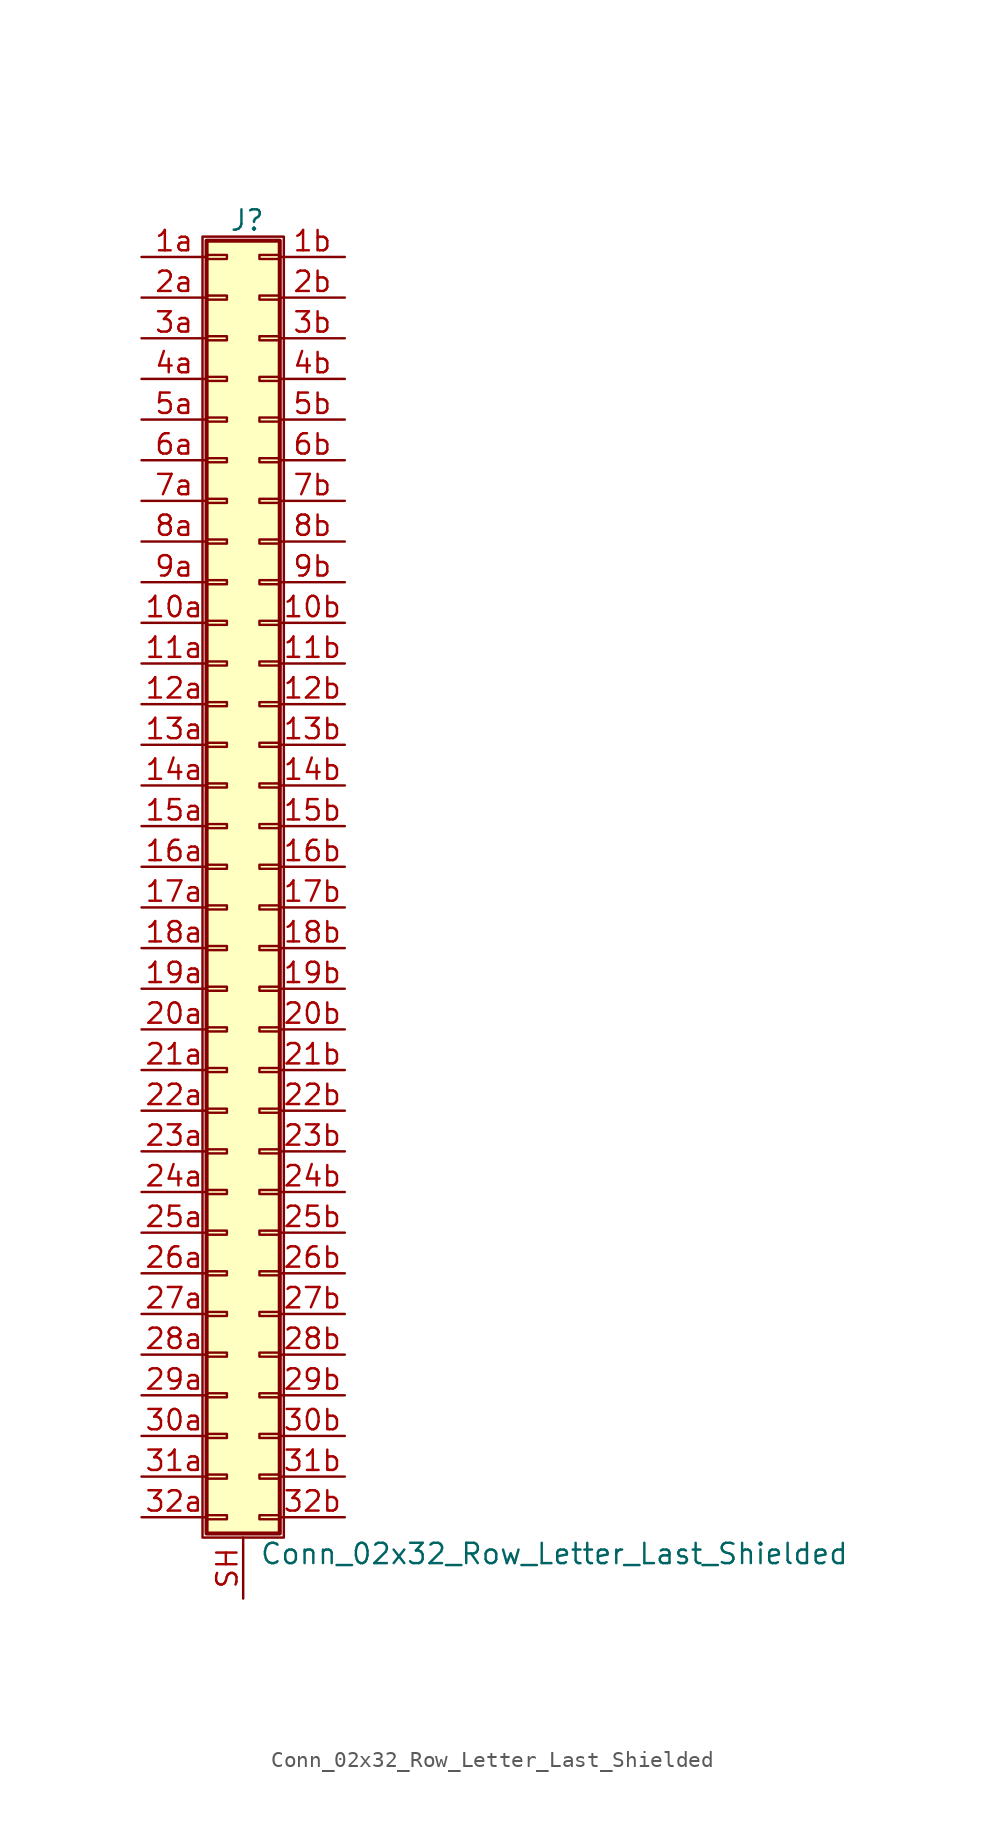
<source format=kicad_sym>
(kicad_symbol_lib
  (version 20201005)
  (generator kicad_symbol_editor)
  (symbol "Connector_Generic_Shielded:Conn_02x32_Row_Letter_Last_Shielded"
    (pin_names
      (offset 1.016) hide)
    (property "Reference" "J"
      (at 1.524 40.386 0)
      (effects (font (size 1.27 1.27))))
    (property "Value" "Conn_02x32_Row_Letter_Last_Shielded"
      (at 2.286 -42.926 0)
      (effects (font (size 1.27 1.27)) (justify left)))
    (symbol "Conn_02x32_Row_Letter_Last_Shielded_1_1"
      (rectangle (start -1.016 -27.813) (end 0.254 -28.067) (stroke (width 0.152)) (fill (type none)))
      (rectangle (start -1.016 -30.353) (end 0.254 -30.607) (stroke (width 0.152)) (fill (type none)))
      (rectangle (start -1.016 -32.893) (end 0.254 -33.147) (stroke (width 0.152)) (fill (type none)))
      (rectangle (start -1.016 -35.433) (end 0.254 -35.687) (stroke (width 0.152)) (fill (type none)))
      (rectangle (start -1.016 -37.973) (end 0.254 -38.227) (stroke (width 0.152)) (fill (type none)))
      (rectangle (start -1.016 -40.513) (end 0.254 -40.767) (stroke (width 0.152)) (fill (type none)))
      (rectangle (start -1.016 -4.953) (end 0.254 -5.207) (stroke (width 0.152)) (fill (type none)))
      (rectangle (start -1.016 -7.493) (end 0.254 -7.747) (stroke (width 0.152)) (fill (type none)))
      (rectangle (start -1.016 -10.033) (end 0.254 -10.287) (stroke (width 0.152)) (fill (type none)))
      (rectangle (start -1.016 -12.573) (end 0.254 -12.827) (stroke (width 0.152)) (fill (type none)))
      (rectangle (start -1.016 -15.113) (end 0.254 -15.367) (stroke (width 0.152)) (fill (type none)))
      (rectangle (start -1.016 -17.653) (end 0.254 -17.907) (stroke (width 0.152)) (fill (type none)))
      (rectangle (start -1.016 -20.193) (end 0.254 -20.447) (stroke (width 0.152)) (fill (type none)))
      (rectangle (start -1.016 -22.733) (end 0.254 -22.987) (stroke (width 0.152)) (fill (type none)))
      (rectangle (start -1.016 -2.413) (end 0.254 -2.667) (stroke (width 0.152)) (fill (type none)))
      (rectangle (start -1.016 -25.273) (end 0.254 -25.527) (stroke (width 0.152)) (fill (type none)))
      (rectangle (start -1.016 25.527) (end 0.254 25.273) (stroke (width 0.152)) (fill (type none)))
      (rectangle (start -1.016 2.667) (end 0.254 2.413) (stroke (width 0.152)) (fill (type none)))
      (rectangle (start -1.016 28.067) (end 0.254 27.813) (stroke (width 0.152)) (fill (type none)))
      (rectangle (start -1.016 30.607) (end 0.254 30.353) (stroke (width 0.152)) (fill (type none)))
      (rectangle (start -1.016 33.147) (end 0.254 32.893) (stroke (width 0.152)) (fill (type none)))
      (rectangle (start -1.016 35.687) (end 0.254 35.433) (stroke (width 0.152)) (fill (type none)))
      (rectangle (start -1.016 38.227) (end 0.254 37.973) (stroke (width 0.152)) (fill (type none)))
      (rectangle (start -1.016 39.116) (end 3.556 -41.656) (stroke (width 0.254)) (fill (type background)))
      (rectangle (start -1.016 5.207) (end 0.254 4.953) (stroke (width 0.152)) (fill (type none)))
      (rectangle (start -1.016 7.747) (end 0.254 7.493) (stroke (width 0.152)) (fill (type none)))
      (rectangle (start -1.016 10.287) (end 0.254 10.033) (stroke (width 0.152)) (fill (type none)))
      (rectangle (start -1.016 0.127) (end 0.254 -0.127) (stroke (width 0.152)) (fill (type none)))
      (rectangle (start -1.016 12.827) (end 0.254 12.573) (stroke (width 0.152)) (fill (type none)))
      (rectangle (start -1.016 15.367) (end 0.254 15.113) (stroke (width 0.152)) (fill (type none)))
      (rectangle (start -1.016 17.907) (end 0.254 17.653) (stroke (width 0.152)) (fill (type none)))
      (rectangle (start -1.016 20.447) (end 0.254 20.193) (stroke (width 0.152)) (fill (type none)))
      (rectangle (start -1.016 22.987) (end 0.254 22.733) (stroke (width 0.152)) (fill (type none)))
      (rectangle (start -1.27 39.37) (end 3.81 -41.91) (stroke (width 0.152)) (fill (type none)))
      (rectangle (start 3.556 -27.813) (end 2.286 -28.067) (stroke (width 0.152)) (fill (type none)))
      (rectangle (start 3.556 -30.353) (end 2.286 -30.607) (stroke (width 0.152)) (fill (type none)))
      (rectangle (start 3.556 -32.893) (end 2.286 -33.147) (stroke (width 0.152)) (fill (type none)))
      (rectangle (start 3.556 -35.433) (end 2.286 -35.687) (stroke (width 0.152)) (fill (type none)))
      (rectangle (start 3.556 -37.973) (end 2.286 -38.227) (stroke (width 0.152)) (fill (type none)))
      (rectangle (start 3.556 -40.513) (end 2.286 -40.767) (stroke (width 0.152)) (fill (type none)))
      (rectangle (start 3.556 -4.953) (end 2.286 -5.207) (stroke (width 0.152)) (fill (type none)))
      (rectangle (start 3.556 -7.493) (end 2.286 -7.747) (stroke (width 0.152)) (fill (type none)))
      (rectangle (start 3.556 -10.033) (end 2.286 -10.287) (stroke (width 0.152)) (fill (type none)))
      (rectangle (start 3.556 -12.573) (end 2.286 -12.827) (stroke (width 0.152)) (fill (type none)))
      (rectangle (start 3.556 -15.113) (end 2.286 -15.367) (stroke (width 0.152)) (fill (type none)))
      (rectangle (start 3.556 -17.653) (end 2.286 -17.907) (stroke (width 0.152)) (fill (type none)))
      (rectangle (start 3.556 -20.193) (end 2.286 -20.447) (stroke (width 0.152)) (fill (type none)))
      (rectangle (start 3.556 -22.733) (end 2.286 -22.987) (stroke (width 0.152)) (fill (type none)))
      (rectangle (start 3.556 -2.413) (end 2.286 -2.667) (stroke (width 0.152)) (fill (type none)))
      (rectangle (start 3.556 -25.273) (end 2.286 -25.527) (stroke (width 0.152)) (fill (type none)))
      (rectangle (start 3.556 25.527) (end 2.286 25.273) (stroke (width 0.152)) (fill (type none)))
      (rectangle (start 3.556 2.667) (end 2.286 2.413) (stroke (width 0.152)) (fill (type none)))
      (rectangle (start 3.556 28.067) (end 2.286 27.813) (stroke (width 0.152)) (fill (type none)))
      (rectangle (start 3.556 30.607) (end 2.286 30.353) (stroke (width 0.152)) (fill (type none)))
      (rectangle (start 3.556 33.147) (end 2.286 32.893) (stroke (width 0.152)) (fill (type none)))
      (rectangle (start 3.556 35.687) (end 2.286 35.433) (stroke (width 0.152)) (fill (type none)))
      (rectangle (start 3.556 38.227) (end 2.286 37.973) (stroke (width 0.152)) (fill (type none)))
      (rectangle (start 3.556 5.207) (end 2.286 4.953) (stroke (width 0.152)) (fill (type none)))
      (rectangle (start 3.556 7.747) (end 2.286 7.493) (stroke (width 0.152)) (fill (type none)))
      (rectangle (start 3.556 10.287) (end 2.286 10.033) (stroke (width 0.152)) (fill (type none)))
      (rectangle (start 3.556 0.127) (end 2.286 -0.127) (stroke (width 0.152)) (fill (type none)))
      (rectangle (start 3.556 12.827) (end 2.286 12.573) (stroke (width 0.152)) (fill (type none)))
      (rectangle (start 3.556 15.367) (end 2.286 15.113) (stroke (width 0.152)) (fill (type none)))
      (rectangle (start 3.556 17.907) (end 2.286 17.653) (stroke (width 0.152)) (fill (type none)))
      (rectangle (start 3.556 20.447) (end 2.286 20.193) (stroke (width 0.152)) (fill (type none)))
      (rectangle (start 3.556 22.987) (end 2.286 22.733) (stroke (width 0.152)) (fill (type none)))
      (pin passive line (at -5.08 15.24 0) (length 4.064) (name "Pin_10a" (effects (font (size 1.27 1.27)))) (number "10a" (effects (font (size 1.27 1.27)))))
      (pin passive line (at 7.62 15.24 180) (length 4.064) (name "Pin_10b" (effects (font (size 1.27 1.27)))) (number "10b" (effects (font (size 1.27 1.27)))))
      (pin passive line (at -5.08 12.7 0) (length 4.064) (name "Pin_11a" (effects (font (size 1.27 1.27)))) (number "11a" (effects (font (size 1.27 1.27)))))
      (pin passive line (at 7.62 12.7 180) (length 4.064) (name "Pin_11b" (effects (font (size 1.27 1.27)))) (number "11b" (effects (font (size 1.27 1.27)))))
      (pin passive line (at -5.08 10.16 0) (length 4.064) (name "Pin_12a" (effects (font (size 1.27 1.27)))) (number "12a" (effects (font (size 1.27 1.27)))))
      (pin passive line (at 7.62 10.16 180) (length 4.064) (name "Pin_12b" (effects (font (size 1.27 1.27)))) (number "12b" (effects (font (size 1.27 1.27)))))
      (pin passive line (at -5.08 7.62 0) (length 4.064) (name "Pin_13a" (effects (font (size 1.27 1.27)))) (number "13a" (effects (font (size 1.27 1.27)))))
      (pin passive line (at 7.62 7.62 180) (length 4.064) (name "Pin_13b" (effects (font (size 1.27 1.27)))) (number "13b" (effects (font (size 1.27 1.27)))))
      (pin passive line (at -5.08 5.08 0) (length 4.064) (name "Pin_14a" (effects (font (size 1.27 1.27)))) (number "14a" (effects (font (size 1.27 1.27)))))
      (pin passive line (at 7.62 5.08 180) (length 4.064) (name "Pin_14b" (effects (font (size 1.27 1.27)))) (number "14b" (effects (font (size 1.27 1.27)))))
      (pin passive line (at -5.08 2.54 0) (length 4.064) (name "Pin_15a" (effects (font (size 1.27 1.27)))) (number "15a" (effects (font (size 1.27 1.27)))))
      (pin passive line (at 7.62 2.54 180) (length 4.064) (name "Pin_15b" (effects (font (size 1.27 1.27)))) (number "15b" (effects (font (size 1.27 1.27)))))
      (pin passive line (at -5.08 0 0) (length 4.064) (name "Pin_16a" (effects (font (size 1.27 1.27)))) (number "16a" (effects (font (size 1.27 1.27)))))
      (pin passive line (at 7.62 0 180) (length 4.064) (name "Pin_16b" (effects (font (size 1.27 1.27)))) (number "16b" (effects (font (size 1.27 1.27)))))
      (pin passive line (at -5.08 -2.54 0) (length 4.064) (name "Pin_17a" (effects (font (size 1.27 1.27)))) (number "17a" (effects (font (size 1.27 1.27)))))
      (pin passive line (at 7.62 -2.54 180) (length 4.064) (name "Pin_17b" (effects (font (size 1.27 1.27)))) (number "17b" (effects (font (size 1.27 1.27)))))
      (pin passive line (at -5.08 -5.08 0) (length 4.064) (name "Pin_18a" (effects (font (size 1.27 1.27)))) (number "18a" (effects (font (size 1.27 1.27)))))
      (pin passive line (at 7.62 -5.08 180) (length 4.064) (name "Pin_18b" (effects (font (size 1.27 1.27)))) (number "18b" (effects (font (size 1.27 1.27)))))
      (pin passive line (at -5.08 -7.62 0) (length 4.064) (name "Pin_19a" (effects (font (size 1.27 1.27)))) (number "19a" (effects (font (size 1.27 1.27)))))
      (pin passive line (at 7.62 -7.62 180) (length 4.064) (name "Pin_19b" (effects (font (size 1.27 1.27)))) (number "19b" (effects (font (size 1.27 1.27)))))
      (pin passive line (at -5.08 38.1 0) (length 4.064) (name "Pin_1a" (effects (font (size 1.27 1.27)))) (number "1a" (effects (font (size 1.27 1.27)))))
      (pin passive line (at 7.62 38.1 180) (length 4.064) (name "Pin_1b" (effects (font (size 1.27 1.27)))) (number "1b" (effects (font (size 1.27 1.27)))))
      (pin passive line (at -5.08 -10.16 0) (length 4.064) (name "Pin_20a" (effects (font (size 1.27 1.27)))) (number "20a" (effects (font (size 1.27 1.27)))))
      (pin passive line (at 7.62 -10.16 180) (length 4.064) (name "Pin_20b" (effects (font (size 1.27 1.27)))) (number "20b" (effects (font (size 1.27 1.27)))))
      (pin passive line (at -5.08 -12.7 0) (length 4.064) (name "Pin_21a" (effects (font (size 1.27 1.27)))) (number "21a" (effects (font (size 1.27 1.27)))))
      (pin passive line (at 7.62 -12.7 180) (length 4.064) (name "Pin_21b" (effects (font (size 1.27 1.27)))) (number "21b" (effects (font (size 1.27 1.27)))))
      (pin passive line (at -5.08 -15.24 0) (length 4.064) (name "Pin_22a" (effects (font (size 1.27 1.27)))) (number "22a" (effects (font (size 1.27 1.27)))))
      (pin passive line (at 7.62 -15.24 180) (length 4.064) (name "Pin_22b" (effects (font (size 1.27 1.27)))) (number "22b" (effects (font (size 1.27 1.27)))))
      (pin passive line (at -5.08 -17.78 0) (length 4.064) (name "Pin_23a" (effects (font (size 1.27 1.27)))) (number "23a" (effects (font (size 1.27 1.27)))))
      (pin passive line (at 7.62 -17.78 180) (length 4.064) (name "Pin_23b" (effects (font (size 1.27 1.27)))) (number "23b" (effects (font (size 1.27 1.27)))))
      (pin passive line (at -5.08 -20.32 0) (length 4.064) (name "Pin_24a" (effects (font (size 1.27 1.27)))) (number "24a" (effects (font (size 1.27 1.27)))))
      (pin passive line (at 7.62 -20.32 180) (length 4.064) (name "Pin_24b" (effects (font (size 1.27 1.27)))) (number "24b" (effects (font (size 1.27 1.27)))))
      (pin passive line (at -5.08 -22.86 0) (length 4.064) (name "Pin_25a" (effects (font (size 1.27 1.27)))) (number "25a" (effects (font (size 1.27 1.27)))))
      (pin passive line (at 7.62 -22.86 180) (length 4.064) (name "Pin_25b" (effects (font (size 1.27 1.27)))) (number "25b" (effects (font (size 1.27 1.27)))))
      (pin passive line (at -5.08 -25.4 0) (length 4.064) (name "Pin_26a" (effects (font (size 1.27 1.27)))) (number "26a" (effects (font (size 1.27 1.27)))))
      (pin passive line (at 7.62 -25.4 180) (length 4.064) (name "Pin_26b" (effects (font (size 1.27 1.27)))) (number "26b" (effects (font (size 1.27 1.27)))))
      (pin passive line (at -5.08 -27.94 0) (length 4.064) (name "Pin_27a" (effects (font (size 1.27 1.27)))) (number "27a" (effects (font (size 1.27 1.27)))))
      (pin passive line (at 7.62 -27.94 180) (length 4.064) (name "Pin_27b" (effects (font (size 1.27 1.27)))) (number "27b" (effects (font (size 1.27 1.27)))))
      (pin passive line (at -5.08 -30.48 0) (length 4.064) (name "Pin_28a" (effects (font (size 1.27 1.27)))) (number "28a" (effects (font (size 1.27 1.27)))))
      (pin passive line (at 7.62 -30.48 180) (length 4.064) (name "Pin_28b" (effects (font (size 1.27 1.27)))) (number "28b" (effects (font (size 1.27 1.27)))))
      (pin passive line (at -5.08 -33.02 0) (length 4.064) (name "Pin_29a" (effects (font (size 1.27 1.27)))) (number "29a" (effects (font (size 1.27 1.27)))))
      (pin passive line (at 7.62 -33.02 180) (length 4.064) (name "Pin_29b" (effects (font (size 1.27 1.27)))) (number "29b" (effects (font (size 1.27 1.27)))))
      (pin passive line (at -5.08 35.56 0) (length 4.064) (name "Pin_2a" (effects (font (size 1.27 1.27)))) (number "2a" (effects (font (size 1.27 1.27)))))
      (pin passive line (at 7.62 35.56 180) (length 4.064) (name "Pin_2b" (effects (font (size 1.27 1.27)))) (number "2b" (effects (font (size 1.27 1.27)))))
      (pin passive line (at -5.08 -35.56 0) (length 4.064) (name "Pin_30a" (effects (font (size 1.27 1.27)))) (number "30a" (effects (font (size 1.27 1.27)))))
      (pin passive line (at 7.62 -35.56 180) (length 4.064) (name "Pin_30b" (effects (font (size 1.27 1.27)))) (number "30b" (effects (font (size 1.27 1.27)))))
      (pin passive line (at -5.08 -38.1 0) (length 4.064) (name "Pin_31a" (effects (font (size 1.27 1.27)))) (number "31a" (effects (font (size 1.27 1.27)))))
      (pin passive line (at 7.62 -38.1 180) (length 4.064) (name "Pin_31b" (effects (font (size 1.27 1.27)))) (number "31b" (effects (font (size 1.27 1.27)))))
      (pin passive line (at -5.08 -40.64 0) (length 4.064) (name "Pin_32a" (effects (font (size 1.27 1.27)))) (number "32a" (effects (font (size 1.27 1.27)))))
      (pin passive line (at 7.62 -40.64 180) (length 4.064) (name "Pin_32b" (effects (font (size 1.27 1.27)))) (number "32b" (effects (font (size 1.27 1.27)))))
      (pin passive line (at -5.08 33.02 0) (length 4.064) (name "Pin_3a" (effects (font (size 1.27 1.27)))) (number "3a" (effects (font (size 1.27 1.27)))))
      (pin passive line (at 7.62 33.02 180) (length 4.064) (name "Pin_3b" (effects (font (size 1.27 1.27)))) (number "3b" (effects (font (size 1.27 1.27)))))
      (pin passive line (at -5.08 30.48 0) (length 4.064) (name "Pin_4a" (effects (font (size 1.27 1.27)))) (number "4a" (effects (font (size 1.27 1.27)))))
      (pin passive line (at 7.62 30.48 180) (length 4.064) (name "Pin_4b" (effects (font (size 1.27 1.27)))) (number "4b" (effects (font (size 1.27 1.27)))))
      (pin passive line (at -5.08 27.94 0) (length 4.064) (name "Pin_5a" (effects (font (size 1.27 1.27)))) (number "5a" (effects (font (size 1.27 1.27)))))
      (pin passive line (at 7.62 27.94 180) (length 4.064) (name "Pin_5b" (effects (font (size 1.27 1.27)))) (number "5b" (effects (font (size 1.27 1.27)))))
      (pin passive line (at -5.08 25.4 0) (length 4.064) (name "Pin_6a" (effects (font (size 1.27 1.27)))) (number "6a" (effects (font (size 1.27 1.27)))))
      (pin passive line (at 7.62 25.4 180) (length 4.064) (name "Pin_6b" (effects (font (size 1.27 1.27)))) (number "6b" (effects (font (size 1.27 1.27)))))
      (pin passive line (at -5.08 22.86 0) (length 4.064) (name "Pin_7a" (effects (font (size 1.27 1.27)))) (number "7a" (effects (font (size 1.27 1.27)))))
      (pin passive line (at 7.62 22.86 180) (length 4.064) (name "Pin_7b" (effects (font (size 1.27 1.27)))) (number "7b" (effects (font (size 1.27 1.27)))))
      (pin passive line (at -5.08 20.32 0) (length 4.064) (name "Pin_8a" (effects (font (size 1.27 1.27)))) (number "8a" (effects (font (size 1.27 1.27)))))
      (pin passive line (at 7.62 20.32 180) (length 4.064) (name "Pin_8b" (effects (font (size 1.27 1.27)))) (number "8b" (effects (font (size 1.27 1.27)))))
      (pin passive line (at -5.08 17.78 0) (length 4.064) (name "Pin_9a" (effects (font (size 1.27 1.27)))) (number "9a" (effects (font (size 1.27 1.27)))))
      (pin passive line (at 7.62 17.78 180) (length 4.064) (name "Pin_9b" (effects (font (size 1.27 1.27)))) (number "9b" (effects (font (size 1.27 1.27)))))
      (pin passive line (at 1.27 -45.72 90) (length 3.81) (name "Shield" (effects (font (size 1.27 1.27)))) (number "SH" (effects (font (size 1.27 1.27))))))))
</source>
